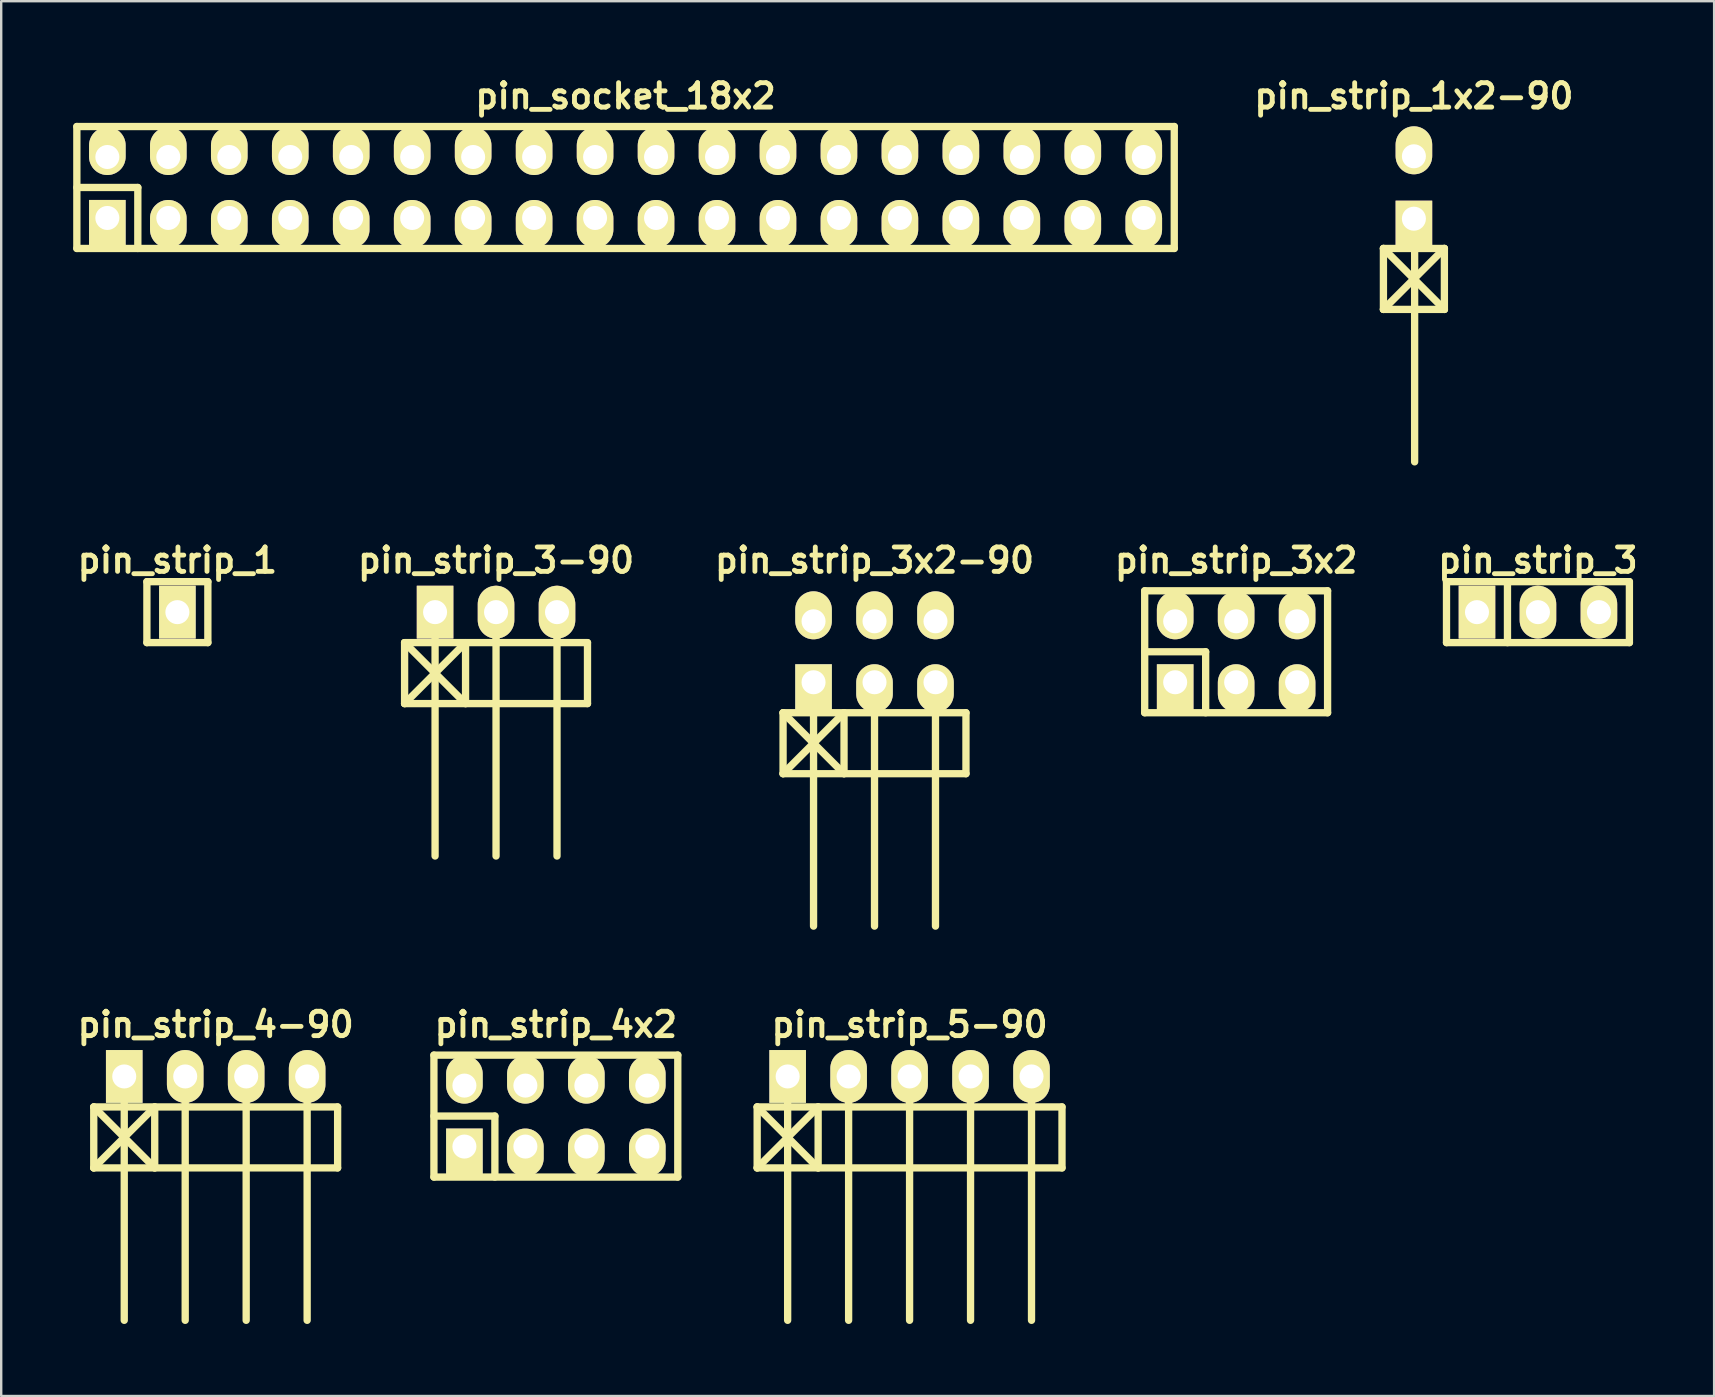
<source format=kicad_pcb>
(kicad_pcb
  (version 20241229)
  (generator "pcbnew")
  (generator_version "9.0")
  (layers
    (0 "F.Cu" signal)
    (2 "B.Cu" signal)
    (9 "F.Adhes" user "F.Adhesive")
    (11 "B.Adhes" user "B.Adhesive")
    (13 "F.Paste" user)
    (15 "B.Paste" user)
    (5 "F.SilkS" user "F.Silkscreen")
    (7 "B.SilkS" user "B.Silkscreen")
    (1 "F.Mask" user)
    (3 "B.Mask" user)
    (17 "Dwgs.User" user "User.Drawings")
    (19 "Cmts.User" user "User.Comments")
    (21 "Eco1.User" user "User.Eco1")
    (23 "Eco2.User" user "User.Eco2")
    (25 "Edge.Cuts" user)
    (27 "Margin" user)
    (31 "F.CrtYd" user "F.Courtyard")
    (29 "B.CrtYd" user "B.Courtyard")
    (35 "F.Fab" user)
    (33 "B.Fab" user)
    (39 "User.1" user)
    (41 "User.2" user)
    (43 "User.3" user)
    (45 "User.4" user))
  (footprint "pin_strip_3x2"
    (layer "F.Cu")
    (at 48.45 24.104)
    (property "Reference" "pin_strip_3x2" (at 0 -3.81 0) (layer "F.SilkS") (effects (font (size 1.016 1.016) (thickness 0.203))))
    (attr through_hole)
    (fp_line (start -3.81 -2.54) (end -3.81 2.54) (stroke (width 0.305) (type solid)) (layer "F.SilkS"))
    (fp_line (start -3.81 -2.54) (end 3.81 -2.54) (stroke (width 0.305) (type solid)) (layer "F.SilkS"))
    (fp_line (start -3.81 0) (end -1.27 0) (stroke (width 0.305) (type solid)) (layer "F.SilkS"))
    (fp_line (start -1.27 0) (end -1.27 2.54) (stroke (width 0.305) (type solid)) (layer "F.SilkS"))
    (fp_line (start 3.81 -2.54) (end 3.81 2.54) (stroke (width 0.305) (type solid)) (layer "F.SilkS"))
    (fp_line (start 3.81 2.54) (end -3.81 2.54) (stroke (width 0.305) (type solid)) (layer "F.SilkS"))
    (pad "1" thru_hole rect (at -2.54 1.27) (size 1.524 1.999) (drill 1.001 (offset 0 0.249)) (layers "*.Cu" "*.Mask" "F.SilkS"))
    (pad "2" thru_hole oval (at -2.54 -1.27) (size 1.524 1.999) (drill 1.001 (offset 0 -0.249)) (layers "*.Cu" "*.Mask" "F.SilkS"))
    (pad "3" thru_hole oval (at 0 1.27) (size 1.524 1.999) (drill 1.001 (offset 0 0.249)) (layers "*.Cu" "*.Mask" "F.SilkS"))
    (pad "4" thru_hole oval (at 0 -1.27) (size 1.524 1.999) (drill 1.001 (offset 0 -0.249)) (layers "*.Cu" "*.Mask" "F.SilkS"))
    (pad "5" thru_hole oval (at 2.54 1.27) (size 1.524 1.999) (drill 1.001 (offset 0 0.249)) (layers "*.Cu" "*.Mask" "F.SilkS"))
    (pad "6" thru_hole oval (at 2.54 -1.27) (size 1.524 1.999) (drill 1.001 (offset 0 -0.249)) (layers "*.Cu" "*.Mask" "F.SilkS")))
  (footprint "pin_strip_3x2-90"
    (layer "F.Cu")
    (at 33.384 24.104)
    (property "Reference" "pin_strip_3x2-90" (at 0 -3.81 0) (layer "F.SilkS") (effects (font (size 1.016 1.016) (thickness 0.203))))
    (attr through_hole)
    (fp_line (start -3.81 2.54) (end -1.27 5.08) (stroke (width 0.305) (type solid)) (layer "F.SilkS"))
    (fp_line (start -3.81 2.54) (end 3.81 2.54) (stroke (width 0.305) (type solid)) (layer "F.SilkS"))
    (fp_line (start -3.81 5.08) (end -3.81 2.54) (stroke (width 0.305) (type solid)) (layer "F.SilkS"))
    (fp_line (start -2.54 1.27) (end -2.54 11.43) (stroke (width 0.305) (type solid)) (layer "F.SilkS"))
    (fp_line (start -1.27 2.54) (end -3.81 5.08) (stroke (width 0.305) (type solid)) (layer "F.SilkS"))
    (fp_line (start -1.27 5.08) (end -1.27 2.54) (stroke (width 0.305) (type solid)) (layer "F.SilkS"))
    (fp_line (start 0 1.27) (end 0 11.43) (stroke (width 0.305) (type solid)) (layer "F.SilkS"))
    (fp_line (start 2.54 11.43) (end 2.54 1.27) (stroke (width 0.305) (type solid)) (layer "F.SilkS"))
    (fp_line (start 3.81 2.54) (end 3.81 5.08) (stroke (width 0.305) (type solid)) (layer "F.SilkS"))
    (fp_line (start 3.81 5.08) (end -3.81 5.08) (stroke (width 0.305) (type solid)) (layer "F.SilkS"))
    (pad "1" thru_hole rect (at -2.54 1.27) (size 1.524 1.999) (drill 1.001 (offset 0 0.249)) (layers "*.Cu" "*.Mask" "F.SilkS"))
    (pad "2" thru_hole oval (at -2.54 -1.27) (size 1.524 1.999) (drill 1.001 (offset 0 -0.249)) (layers "*.Cu" "*.Mask" "F.SilkS"))
    (pad "3" thru_hole oval (at 0 1.27) (size 1.524 1.999) (drill 1.001 (offset 0 0.249)) (layers "*.Cu" "*.Mask" "F.SilkS"))
    (pad "4" thru_hole oval (at 0 -1.27) (size 1.524 1.999) (drill 1.001 (offset 0 -0.249)) (layers "*.Cu" "*.Mask" "F.SilkS"))
    (pad "5" thru_hole oval (at 2.54 1.27) (size 1.524 1.999) (drill 1.001 (offset 0 0.249)) (layers "*.Cu" "*.Mask" "F.SilkS"))
    (pad "6" thru_hole oval (at 2.54 -1.27) (size 1.524 1.999) (drill 1.001 (offset 0 -0.249)) (layers "*.Cu" "*.Mask" "F.SilkS")))
  (footprint "pin_strip_1"
    (layer "F.Cu")
    (at 4.34 22.453)
    (property "Reference" "pin_strip_1" (at 0 -2.159 0) (layer "F.SilkS") (effects (font (size 1.016 1.016) (thickness 0.203))))
    (attr through_hole)
    (fp_line (start -1.27 -1.27) (end 1.27 -1.27) (stroke (width 0.305) (type solid)) (layer "F.SilkS"))
    (fp_line (start -1.27 1.27) (end -1.27 -1.27) (stroke (width 0.305) (type solid)) (layer "F.SilkS"))
    (fp_line (start 1.27 -1.27) (end 1.27 1.27) (stroke (width 0.305) (type solid)) (layer "F.SilkS"))
    (fp_line (start 1.27 1.27) (end -1.27 1.27) (stroke (width 0.305) (type solid)) (layer "F.SilkS"))
    (pad "1" thru_hole rect (at 0 0) (size 1.524 2.2) (drill 1.001) (layers "*.Cu" "*.Mask" "F.SilkS")))
  (footprint "pin_strip_4-90"
    (layer "F.Cu")
    (at 5.936 41.797)
    (property "Reference" "pin_strip_4-90" (at 0 -2.159 0) (layer "F.SilkS") (effects (font (size 1.016 1.016) (thickness 0.203))))
    (attr through_hole)
    (fp_line (start -5.08 1.27) (end -2.54 3.81) (stroke (width 0.305) (type solid)) (layer "F.SilkS"))
    (fp_line (start -5.08 1.27) (end 5.08 1.27) (stroke (width 0.305) (type solid)) (layer "F.SilkS"))
    (fp_line (start -5.08 3.81) (end -5.08 1.27) (stroke (width 0.305) (type solid)) (layer "F.SilkS"))
    (fp_line (start -3.81 0) (end -3.81 10.16) (stroke (width 0.305) (type solid)) (layer "F.SilkS"))
    (fp_line (start -2.54 1.27) (end -5.08 3.81) (stroke (width 0.305) (type solid)) (layer "F.SilkS"))
    (fp_line (start -2.54 1.27) (end -2.54 3.81) (stroke (width 0.305) (type solid)) (layer "F.SilkS"))
    (fp_line (start -1.27 0) (end -1.27 10.16) (stroke (width 0.305) (type solid)) (layer "F.SilkS"))
    (fp_line (start 1.27 10.16) (end 1.27 0) (stroke (width 0.305) (type solid)) (layer "F.SilkS"))
    (fp_line (start 3.81 0) (end 3.81 10.16) (stroke (width 0.305) (type solid)) (layer "F.SilkS"))
    (fp_line (start 5.08 1.27) (end 5.08 3.81) (stroke (width 0.305) (type solid)) (layer "F.SilkS"))
    (fp_line (start 5.08 3.81) (end -5.08 3.81) (stroke (width 0.305) (type solid)) (layer "F.SilkS"))
    (pad "1" thru_hole rect (at -3.81 0) (size 1.524 2.2) (drill 1.001) (layers "*.Cu" "*.Mask" "F.SilkS"))
    (pad "2" thru_hole oval (at -1.27 0) (size 1.524 2.2) (drill 1.001) (layers "*.Cu" "*.Mask" "F.SilkS"))
    (pad "3" thru_hole oval (at 1.27 0) (size 1.524 2.2) (drill 1.001) (layers "*.Cu" "*.Mask" "F.SilkS"))
    (pad "4" thru_hole oval (at 3.81 0) (size 1.524 2.2) (drill 1.001) (layers "*.Cu" "*.Mask" "F.SilkS")))
  (footprint "pin_strip_1x2-90"
    (layer "F.Cu")
    (at 55.856 4.761)
    (property "Reference" "pin_strip_1x2-90" (at 0 -3.81 0) (layer "F.SilkS") (effects (font (size 1.016 1.016) (thickness 0.203))))
    (attr through_hole)
    (fp_line (start -1.27 2.54) (end 1.27 2.54) (stroke (width 0.305) (type solid)) (layer "F.SilkS"))
    (fp_line (start -1.27 2.54) (end 1.27 5.08) (stroke (width 0.305) (type solid)) (layer "F.SilkS"))
    (fp_line (start -1.27 5.08) (end -1.27 2.54) (stroke (width 0.305) (type solid)) (layer "F.SilkS"))
    (fp_line (start -1.27 5.08) (end 1.27 2.54) (stroke (width 0.305) (type solid)) (layer "F.SilkS"))
    (fp_line (start 0.03 1.27) (end 0.03 11.43) (stroke (width 0.305) (type solid)) (layer "F.SilkS"))
    (fp_line (start 1.27 2.54) (end 1.27 5.08) (stroke (width 0.305) (type solid)) (layer "F.SilkS"))
    (fp_line (start 1.27 5.08) (end -1.27 5.08) (stroke (width 0.305) (type solid)) (layer "F.SilkS"))
    (pad "1" thru_hole rect (at 0 1.3) (size 1.524 1.999) (drill 1.001 (offset 0 0.249)) (layers "*.Cu" "*.Mask" "F.SilkS"))
    (pad "2" thru_hole oval (at 0 -1.3) (size 1.524 1.999) (drill 1.001 (offset 0 -0.249)) (layers "*.Cu" "*.Mask" "F.SilkS")))
  (footprint "pin_strip_3-90"
    (layer "F.Cu")
    (at 17.616 22.453)
    (property "Reference" "pin_strip_3-90" (at 0 -2.159 0) (layer "F.SilkS") (effects (font (size 1.016 1.016) (thickness 0.203))))
    (attr through_hole)
    (fp_line (start -3.81 1.27) (end -1.27 3.81) (stroke (width 0.305) (type solid)) (layer "F.SilkS"))
    (fp_line (start -3.81 1.27) (end 3.81 1.27) (stroke (width 0.305) (type solid)) (layer "F.SilkS"))
    (fp_line (start -3.81 3.81) (end -3.81 1.27) (stroke (width 0.305) (type solid)) (layer "F.SilkS"))
    (fp_line (start -2.54 0) (end -2.54 10.16) (stroke (width 0.305) (type solid)) (layer "F.SilkS"))
    (fp_line (start -1.27 1.27) (end -3.81 3.81) (stroke (width 0.305) (type solid)) (layer "F.SilkS"))
    (fp_line (start -1.27 1.27) (end -1.27 3.81) (stroke (width 0.305) (type solid)) (layer "F.SilkS"))
    (fp_line (start 0 0) (end 0 10.16) (stroke (width 0.305) (type solid)) (layer "F.SilkS"))
    (fp_line (start 2.54 10.16) (end 2.54 0) (stroke (width 0.305) (type solid)) (layer "F.SilkS"))
    (fp_line (start 3.81 1.27) (end 3.81 3.81) (stroke (width 0.305) (type solid)) (layer "F.SilkS"))
    (fp_line (start 3.81 3.81) (end -3.81 3.81) (stroke (width 0.305) (type solid)) (layer "F.SilkS"))
    (pad "1" thru_hole rect (at -2.54 0) (size 1.524 2.2) (drill 1.001) (layers "*.Cu" "*.Mask" "F.SilkS"))
    (pad "2" thru_hole oval (at 0 0) (size 1.524 2.2) (drill 1.001) (layers "*.Cu" "*.Mask" "F.SilkS"))
    (pad "3" thru_hole oval (at 2.54 0) (size 1.524 2.2) (drill 1.001) (layers "*.Cu" "*.Mask" "F.SilkS")))
  (footprint "pin_socket_18x2"
    (layer "F.Cu")
    (at 23.012 4.761)
    (property "Reference" "pin_socket_18x2" (at 0 -3.81 0) (layer "F.SilkS") (effects (font (size 1.016 1.016) (thickness 0.203))))
    (attr through_hole)
    (fp_line (start -22.86 -2.54) (end -22.86 2.54) (stroke (width 0.305) (type solid)) (layer "F.SilkS"))
    (fp_line (start -22.86 0) (end -20.32 0) (stroke (width 0.305) (type solid)) (layer "F.SilkS"))
    (fp_line (start -22.86 2.54) (end 22.86 2.54) (stroke (width 0.305) (type solid)) (layer "F.SilkS"))
    (fp_line (start -20.32 0) (end -20.32 2.54) (stroke (width 0.305) (type solid)) (layer "F.SilkS"))
    (fp_line (start 22.86 -2.54) (end -22.86 -2.54) (stroke (width 0.305) (type solid)) (layer "F.SilkS"))
    (fp_line (start 22.86 2.54) (end 22.86 -2.54) (stroke (width 0.305) (type solid)) (layer "F.SilkS"))
    (pad "1" thru_hole rect (at -21.59 1.27) (size 1.524 1.999) (drill 1.001 (offset 0 0.249)) (layers "*.Cu" "*.Mask" "F.SilkS"))
    (pad "2" thru_hole oval (at -21.59 -1.27) (size 1.524 1.999) (drill 1.001 (offset 0 -0.249)) (layers "*.Cu" "*.Mask" "F.SilkS"))
    (pad "3" thru_hole oval (at -19.05 1.27) (size 1.524 1.999) (drill 1.001 (offset 0 0.249)) (layers "*.Cu" "*.Mask" "F.SilkS"))
    (pad "4" thru_hole oval (at -19.05 -1.27) (size 1.524 1.999) (drill 1.001 (offset 0 -0.249)) (layers "*.Cu" "*.Mask" "F.SilkS"))
    (pad "5" thru_hole oval (at -16.51 1.27) (size 1.524 1.999) (drill 1.001 (offset 0 0.249)) (layers "*.Cu" "*.Mask" "F.SilkS"))
    (pad "6" thru_hole oval (at -16.51 -1.27) (size 1.524 1.999) (drill 1.001 (offset 0 -0.249)) (layers "*.Cu" "*.Mask" "F.SilkS"))
    (pad "7" thru_hole oval (at -13.97 1.27) (size 1.524 1.999) (drill 1.001 (offset 0 0.249)) (layers "*.Cu" "*.Mask" "F.SilkS"))
    (pad "8" thru_hole oval (at -13.97 -1.27) (size 1.524 1.999) (drill 1.001 (offset 0 -0.249)) (layers "*.Cu" "*.Mask" "F.SilkS"))
    (pad "9" thru_hole oval (at -11.43 1.27) (size 1.524 1.999) (drill 1.001 (offset 0 0.249)) (layers "*.Cu" "*.Mask" "F.SilkS"))
    (pad "10" thru_hole oval (at -11.43 -1.27) (size 1.524 1.999) (drill 1.001 (offset 0 -0.249)) (layers "*.Cu" "*.Mask" "F.SilkS"))
    (pad "11" thru_hole oval (at -8.89 1.27) (size 1.524 1.999) (drill 1.001 (offset 0 0.249)) (layers "*.Cu" "*.Mask" "F.SilkS"))
    (pad "12" thru_hole oval (at -8.89 -1.27) (size 1.524 1.999) (drill 1.001 (offset 0 -0.249)) (layers "*.Cu" "*.Mask" "F.SilkS"))
    (pad "13" thru_hole oval (at -6.35 1.27) (size 1.524 1.999) (drill 1.001 (offset 0 0.249)) (layers "*.Cu" "*.Mask" "F.SilkS"))
    (pad "14" thru_hole oval (at -6.35 -1.27) (size 1.524 1.999) (drill 1.001 (offset 0 -0.249)) (layers "*.Cu" "*.Mask" "F.SilkS"))
    (pad "15" thru_hole oval (at -3.81 1.27) (size 1.524 1.999) (drill 1.001 (offset 0 0.249)) (layers "*.Cu" "*.Mask" "F.SilkS"))
    (pad "16" thru_hole oval (at -3.81 -1.27) (size 1.524 1.999) (drill 1.001 (offset 0 -0.249)) (layers "*.Cu" "*.Mask" "F.SilkS"))
    (pad "17" thru_hole oval (at -1.27 1.27) (size 1.524 1.999) (drill 1.001 (offset 0 0.249)) (layers "*.Cu" "*.Mask" "F.SilkS"))
    (pad "18" thru_hole oval (at -1.27 -1.27) (size 1.524 1.999) (drill 1.001 (offset 0 -0.249)) (layers "*.Cu" "*.Mask" "F.SilkS"))
    (pad "19" thru_hole oval (at 1.27 1.27) (size 1.524 1.999) (drill 1.001 (offset 0 0.249)) (layers "*.Cu" "*.Mask" "F.SilkS"))
    (pad "20" thru_hole oval (at 1.27 -1.27) (size 1.524 1.999) (drill 1.001 (offset 0 -0.249)) (layers "*.Cu" "*.Mask" "F.SilkS"))
    (pad "21" thru_hole oval (at 3.81 1.27) (size 1.524 1.999) (drill 1.001 (offset 0 0.249)) (layers "*.Cu" "*.Mask" "F.SilkS"))
    (pad "22" thru_hole oval (at 3.81 -1.27) (size 1.524 1.999) (drill 1.001 (offset 0 -0.249)) (layers "*.Cu" "*.Mask" "F.SilkS"))
    (pad "23" thru_hole oval (at 6.35 1.27) (size 1.524 1.999) (drill 1.001 (offset 0 0.249)) (layers "*.Cu" "*.Mask" "F.SilkS"))
    (pad "24" thru_hole oval (at 6.35 -1.27) (size 1.524 1.999) (drill 1.001 (offset 0 -0.249)) (layers "*.Cu" "*.Mask" "F.SilkS"))
    (pad "25" thru_hole oval (at 8.89 1.27) (size 1.524 1.999) (drill 1.001 (offset 0 0.249)) (layers "*.Cu" "*.Mask" "F.SilkS"))
    (pad "26" thru_hole oval (at 8.89 -1.27) (size 1.524 1.999) (drill 1.001 (offset 0 -0.249)) (layers "*.Cu" "*.Mask" "F.SilkS"))
    (pad "27" thru_hole oval (at 11.43 1.27) (size 1.524 1.999) (drill 1.001 (offset 0 0.249)) (layers "*.Cu" "*.Mask" "F.SilkS"))
    (pad "28" thru_hole oval (at 11.43 -1.27) (size 1.524 1.999) (drill 1.001 (offset 0 -0.249)) (layers "*.Cu" "*.Mask" "F.SilkS"))
    (pad "29" thru_hole oval (at 13.97 1.27) (size 1.524 1.999) (drill 1.001 (offset 0 0.249)) (layers "*.Cu" "*.Mask" "F.SilkS"))
    (pad "30" thru_hole oval (at 13.97 -1.27) (size 1.524 1.999) (drill 1.001 (offset 0 -0.249)) (layers "*.Cu" "*.Mask" "F.SilkS"))
    (pad "31" thru_hole oval (at 16.51 1.27) (size 1.524 1.999) (drill 1.001 (offset 0 0.249)) (layers "*.Cu" "*.Mask" "F.SilkS"))
    (pad "32" thru_hole oval (at 16.51 -1.27) (size 1.524 1.999) (drill 1.001 (offset 0 -0.249)) (layers "*.Cu" "*.Mask" "F.SilkS"))
    (pad "33" thru_hole oval (at 19.05 1.27) (size 1.524 1.999) (drill 1.001 (offset 0 0.249)) (layers "*.Cu" "*.Mask" "F.SilkS"))
    (pad "34" thru_hole oval (at 19.05 -1.27) (size 1.524 1.999) (drill 1.001 (offset 0 -0.249)) (layers "*.Cu" "*.Mask" "F.SilkS"))
    (pad "35" thru_hole oval (at 21.59 1.27) (size 1.524 1.999) (drill 1.001 (offset 0 0.249)) (layers "*.Cu" "*.Mask" "F.SilkS"))
    (pad "36" thru_hole oval (at 21.59 -1.27) (size 1.524 1.999) (drill 1.001 (offset 0 -0.249)) (layers "*.Cu" "*.Mask" "F.SilkS")))
  (footprint "pin_strip_3"
    (layer "F.Cu")
    (at 61.024 22.453)
    (property "Reference" "pin_strip_3" (at 0 -2.159 0) (layer "F.SilkS") (effects (font (size 1.016 1.016) (thickness 0.203))))
    (attr through_hole)
    (fp_line (start -3.81 -1.27) (end 3.81 -1.27) (stroke (width 0.305) (type solid)) (layer "F.SilkS"))
    (fp_line (start -3.81 1.27) (end -3.81 -1.27) (stroke (width 0.305) (type solid)) (layer "F.SilkS"))
    (fp_line (start -1.27 1.27) (end -1.27 -1.27) (stroke (width 0.305) (type solid)) (layer "F.SilkS"))
    (fp_line (start 3.81 -1.27) (end 3.81 1.27) (stroke (width 0.305) (type solid)) (layer "F.SilkS"))
    (fp_line (start 3.81 1.27) (end -3.81 1.27) (stroke (width 0.305) (type solid)) (layer "F.SilkS"))
    (pad "1" thru_hole rect (at -2.54 0) (size 1.524 2.2) (drill 1.001) (layers "*.Cu" "*.Mask" "F.SilkS"))
    (pad "2" thru_hole oval (at 0 0) (size 1.524 2.2) (drill 1.001) (layers "*.Cu" "*.Mask" "F.SilkS"))
    (pad "3" thru_hole oval (at 2.54 0) (size 1.524 2.2) (drill 1.001) (layers "*.Cu" "*.Mask" "F.SilkS")))
  (footprint "pin_strip_4x2"
    (layer "F.Cu")
    (at 20.108 43.448)
    (property "Reference" "pin_strip_4x2" (at 0 -3.81 0) (layer "F.SilkS") (effects (font (size 1.016 1.016) (thickness 0.203))))
    (attr through_hole)
    (fp_line (start -5.08 -2.54) (end -5.08 2.54) (stroke (width 0.305) (type solid)) (layer "F.SilkS"))
    (fp_line (start -5.08 -2.54) (end 5.08 -2.54) (stroke (width 0.305) (type solid)) (layer "F.SilkS"))
    (fp_line (start -5.08 0) (end -2.54 0) (stroke (width 0.305) (type solid)) (layer "F.SilkS"))
    (fp_line (start -2.54 0) (end -2.54 2.54) (stroke (width 0.305) (type solid)) (layer "F.SilkS"))
    (fp_line (start 5.08 -2.54) (end 5.08 2.54) (stroke (width 0.305) (type solid)) (layer "F.SilkS"))
    (fp_line (start 5.08 2.54) (end -5.08 2.54) (stroke (width 0.305) (type solid)) (layer "F.SilkS"))
    (pad "1" thru_hole rect (at -3.81 1.27) (size 1.524 1.999) (drill 1.001 (offset 0 0.249)) (layers "*.Cu" "*.Mask" "F.SilkS"))
    (pad "2" thru_hole oval (at -3.81 -1.27) (size 1.524 1.999) (drill 1.001 (offset 0 -0.249)) (layers "*.Cu" "*.Mask" "F.SilkS"))
    (pad "3" thru_hole oval (at -1.27 1.27) (size 1.524 1.999) (drill 1.001 (offset 0 0.249)) (layers "*.Cu" "*.Mask" "F.SilkS"))
    (pad "4" thru_hole oval (at -1.27 -1.27) (size 1.524 1.999) (drill 1.001 (offset 0 -0.249)) (layers "*.Cu" "*.Mask" "F.SilkS"))
    (pad "5" thru_hole oval (at 1.27 1.27) (size 1.524 1.999) (drill 1.001 (offset 0 0.249)) (layers "*.Cu" "*.Mask" "F.SilkS"))
    (pad "6" thru_hole oval (at 1.27 -1.27) (size 1.524 1.999) (drill 1.001 (offset 0 -0.249)) (layers "*.Cu" "*.Mask" "F.SilkS"))
    (pad "7" thru_hole oval (at 3.81 1.27) (size 1.524 1.999) (drill 1.001 (offset 0 0.249)) (layers "*.Cu" "*.Mask" "F.SilkS"))
    (pad "8" thru_hole oval (at 3.81 -1.27) (size 1.524 1.999) (drill 1.001 (offset 0 -0.249)) (layers "*.Cu" "*.Mask" "F.SilkS")))
  (footprint "pin_strip_5-90"
    (layer "F.Cu")
    (at 34.845 41.797)
    (property "Reference" "pin_strip_5-90" (at 0 -2.159 0) (layer "F.SilkS") (effects (font (size 1.016 1.016) (thickness 0.203))))
    (attr through_hole)
    (fp_line (start -6.35 1.27) (end -3.81 3.81) (stroke (width 0.305) (type solid)) (layer "F.SilkS"))
    (fp_line (start -6.35 1.27) (end 6.35 1.27) (stroke (width 0.305) (type solid)) (layer "F.SilkS"))
    (fp_line (start -6.35 3.81) (end -6.35 1.27) (stroke (width 0.305) (type solid)) (layer "F.SilkS"))
    (fp_line (start -5.08 0) (end -5.08 10.16) (stroke (width 0.305) (type solid)) (layer "F.SilkS"))
    (fp_line (start -3.81 1.27) (end -6.35 3.81) (stroke (width 0.305) (type solid)) (layer "F.SilkS"))
    (fp_line (start -3.81 1.27) (end -3.81 3.81) (stroke (width 0.305) (type solid)) (layer "F.SilkS"))
    (fp_line (start -2.54 0) (end -2.54 10.16) (stroke (width 0.305) (type solid)) (layer "F.SilkS"))
    (fp_line (start 0 10.16) (end 0 0) (stroke (width 0.305) (type solid)) (layer "F.SilkS"))
    (fp_line (start 2.54 0) (end 2.54 10.16) (stroke (width 0.305) (type solid)) (layer "F.SilkS"))
    (fp_line (start 5.08 0) (end 5.08 10.16) (stroke (width 0.305) (type solid)) (layer "F.SilkS"))
    (fp_line (start 6.35 1.27) (end 6.35 3.81) (stroke (width 0.305) (type solid)) (layer "F.SilkS"))
    (fp_line (start 6.35 3.81) (end -6.35 3.81) (stroke (width 0.305) (type solid)) (layer "F.SilkS"))
    (pad "1" thru_hole rect (at -5.08 0) (size 1.524 2.2) (drill 1.001) (layers "*.Cu" "*.Mask" "F.SilkS"))
    (pad "2" thru_hole oval (at -2.54 0) (size 1.524 2.2) (drill 1.001) (layers "*.Cu" "*.Mask" "F.SilkS"))
    (pad "3" thru_hole oval (at 0 0) (size 1.524 2.2) (drill 1.001) (layers "*.Cu" "*.Mask" "F.SilkS"))
    (pad "4" thru_hole oval (at 2.54 0) (size 1.524 2.2) (drill 1.001) (layers "*.Cu" "*.Mask" "F.SilkS"))
    (pad "5" thru_hole oval (at 5.08 0) (size 1.524 2.2) (drill 1.001) (layers "*.Cu" "*.Mask" "F.SilkS")))
  (gr_rect
    (start -3 -3)
    (end 68.364 55.109)
    (stroke (width 0.1) (type default))
    (fill no)
    (layer "Edge.Cuts")))
</source>
